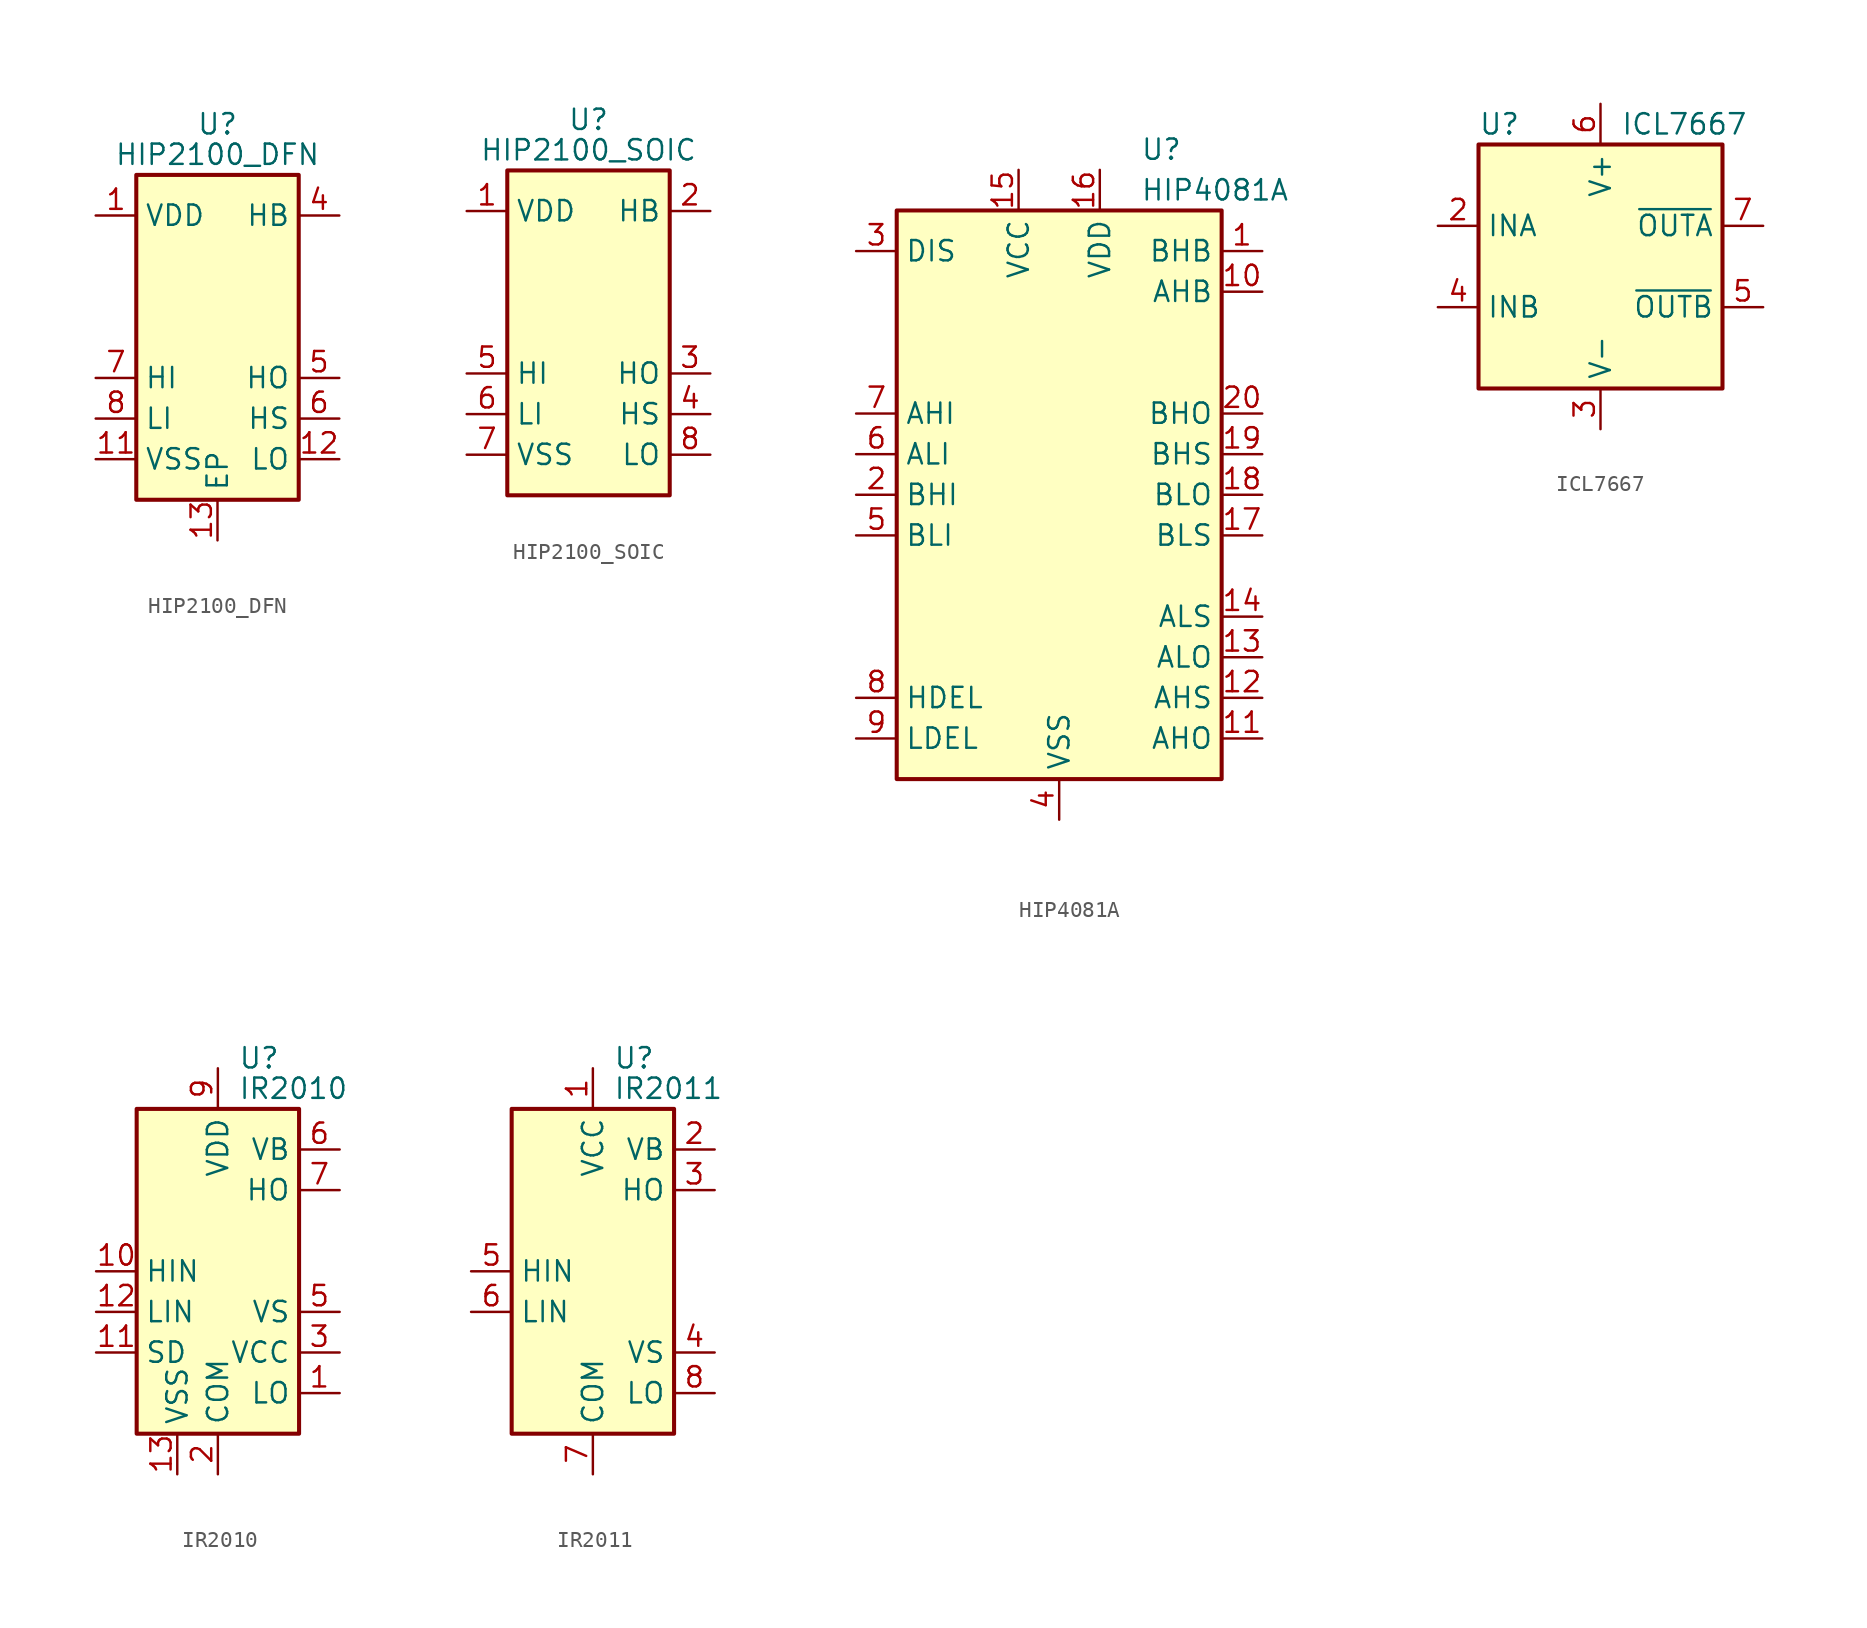
<source format=kicad_sym>
(kicad_symbol_lib
  (version 20201005)
  (generator kicad_symbol_editor)
  (symbol "HIP2100_DFN"
    (property "Reference" "U"
      (at 0 13.335 0)
      (effects (font (size 1.27 1.27))))
    (property "Value" "HIP2100_DFN"
      (at 0 11.43 0)
      (effects (font (size 1.27 1.27))))
    (symbol "HIP2100_DFN_0_1"
      (rectangle (start -5.08 -10.16) (end 5.08 10.16) (stroke (width 0.254)) (fill (type background))))
    (symbol "HIP2100_DFN_1_1"
      (pin power_in line (at -7.62 7.62 0) (length 2.54) (name "VDD" (effects (font (size 1.27 1.27)))) (number "1" (effects (font (size 1.27 1.27)))))
      (pin no_connect line (at 5.08 2.54 180) (length 2.54) hide (name "NC" (effects (font (size 1.27 1.27)))) (number "10" (effects (font (size 1.27 1.27)))))
      (pin power_in line (at -7.62 -7.62 0) (length 2.54) (name "VSS" (effects (font (size 1.27 1.27)))) (number "11" (effects (font (size 1.27 1.27)))))
      (pin output line (at 7.62 -7.62 180) (length 2.54) (name "LO" (effects (font (size 1.27 1.27)))) (number "12" (effects (font (size 1.27 1.27)))))
      (pin output line (at 0 -12.7 90) (length 2.54) (name "EP" (effects (font (size 1.27 1.27)))) (number "13" (effects (font (size 1.27 1.27)))))
      (pin no_connect line (at -5.08 5.08 0) (length 2.54) hide (name "NC" (effects (font (size 1.27 1.27)))) (number "2" (effects (font (size 1.27 1.27)))))
      (pin no_connect line (at -5.08 2.54 0) (length 2.54) hide (name "NC" (effects (font (size 1.27 1.27)))) (number "3" (effects (font (size 1.27 1.27)))))
      (pin power_in line (at 7.62 7.62 180) (length 2.54) (name "HB" (effects (font (size 1.27 1.27)))) (number "4" (effects (font (size 1.27 1.27)))))
      (pin output line (at 7.62 -2.54 180) (length 2.54) (name "HO" (effects (font (size 1.27 1.27)))) (number "5" (effects (font (size 1.27 1.27)))))
      (pin passive line (at 7.62 -5.08 180) (length 2.54) (name "HS" (effects (font (size 1.27 1.27)))) (number "6" (effects (font (size 1.27 1.27)))))
      (pin input line (at -7.62 -2.54 0) (length 2.54) (name "HI" (effects (font (size 1.27 1.27)))) (number "7" (effects (font (size 1.27 1.27)))))
      (pin input line (at -7.62 -5.08 0) (length 2.54) (name "LI" (effects (font (size 1.27 1.27)))) (number "8" (effects (font (size 1.27 1.27)))))
      (pin no_connect line (at 5.08 5.08 180) (length 2.54) hide (name "NC" (effects (font (size 1.27 1.27)))) (number "9" (effects (font (size 1.27 1.27)))))))
  (symbol "HIP2100_SOIC"
    (property "Reference" "U"
      (at 0 13.335 0)
      (effects (font (size 1.27 1.27))))
    (property "Value" "HIP2100_SOIC"
      (at 0 11.43 0)
      (effects (font (size 1.27 1.27))))
    (symbol "HIP2100_SOIC_0_1"
      (rectangle (start -5.08 -10.16) (end 5.08 10.16) (stroke (width 0.254)) (fill (type background))))
    (symbol "HIP2100_SOIC_1_1"
      (pin power_in line (at -7.62 7.62 0) (length 2.54) (name "VDD" (effects (font (size 1.27 1.27)))) (number "1" (effects (font (size 1.27 1.27)))))
      (pin power_in line (at 7.62 7.62 180) (length 2.54) (name "HB" (effects (font (size 1.27 1.27)))) (number "2" (effects (font (size 1.27 1.27)))))
      (pin output line (at 7.62 -2.54 180) (length 2.54) (name "HO" (effects (font (size 1.27 1.27)))) (number "3" (effects (font (size 1.27 1.27)))))
      (pin passive line (at 7.62 -5.08 180) (length 2.54) (name "HS" (effects (font (size 1.27 1.27)))) (number "4" (effects (font (size 1.27 1.27)))))
      (pin input line (at -7.62 -2.54 0) (length 2.54) (name "HI" (effects (font (size 1.27 1.27)))) (number "5" (effects (font (size 1.27 1.27)))))
      (pin input line (at -7.62 -5.08 0) (length 2.54) (name "LI" (effects (font (size 1.27 1.27)))) (number "6" (effects (font (size 1.27 1.27)))))
      (pin power_in line (at -7.62 -7.62 0) (length 2.54) (name "VSS" (effects (font (size 1.27 1.27)))) (number "7" (effects (font (size 1.27 1.27)))))
      (pin output line (at 7.62 -7.62 180) (length 2.54) (name "LO" (effects (font (size 1.27 1.27)))) (number "8" (effects (font (size 1.27 1.27)))))))
  (symbol "HIP4081A"
    (property "Reference" "U"
      (at 5.08 21.59 0)
      (effects (font (size 1.27 1.27)) (justify left)))
    (property "Value" "HIP4081A"
      (at 5.08 19.05 0)
      (effects (font (size 1.27 1.27)) (justify left)))
    (symbol "HIP4081A_0_1"
      (rectangle (start -10.16 -17.78) (end 10.16 17.78) (stroke (width 0.254)) (fill (type background))))
    (symbol "HIP4081A_1_1"
      (pin input line (at 12.7 15.24 180) (length 2.54) (name "BHB" (effects (font (size 1.27 1.27)))) (number "1" (effects (font (size 1.27 1.27)))))
      (pin input line (at 12.7 12.7 180) (length 2.54) (name "AHB" (effects (font (size 1.27 1.27)))) (number "10" (effects (font (size 1.27 1.27)))))
      (pin output line (at 12.7 -15.24 180) (length 2.54) (name "AHO" (effects (font (size 1.27 1.27)))) (number "11" (effects (font (size 1.27 1.27)))))
      (pin passive line (at 12.7 -12.7 180) (length 2.54) (name "AHS" (effects (font (size 1.27 1.27)))) (number "12" (effects (font (size 1.27 1.27)))))
      (pin output line (at 12.7 -10.16 180) (length 2.54) (name "ALO" (effects (font (size 1.27 1.27)))) (number "13" (effects (font (size 1.27 1.27)))))
      (pin passive line (at 12.7 -7.62 180) (length 2.54) (name "ALS" (effects (font (size 1.27 1.27)))) (number "14" (effects (font (size 1.27 1.27)))))
      (pin power_in line (at -2.54 20.32 270) (length 2.54) (name "VCC" (effects (font (size 1.27 1.27)))) (number "15" (effects (font (size 1.27 1.27)))))
      (pin power_in line (at 2.54 20.32 270) (length 2.54) (name "VDD" (effects (font (size 1.27 1.27)))) (number "16" (effects (font (size 1.27 1.27)))))
      (pin passive line (at 12.7 -2.54 180) (length 2.54) (name "BLS" (effects (font (size 1.27 1.27)))) (number "17" (effects (font (size 1.27 1.27)))))
      (pin output line (at 12.7 0 180) (length 2.54) (name "BLO" (effects (font (size 1.27 1.27)))) (number "18" (effects (font (size 1.27 1.27)))))
      (pin passive line (at 12.7 2.54 180) (length 2.54) (name "BHS" (effects (font (size 1.27 1.27)))) (number "19" (effects (font (size 1.27 1.27)))))
      (pin input line (at -12.7 0 0) (length 2.54) (name "BHI" (effects (font (size 1.27 1.27)))) (number "2" (effects (font (size 1.27 1.27)))))
      (pin output line (at 12.7 5.08 180) (length 2.54) (name "BHO" (effects (font (size 1.27 1.27)))) (number "20" (effects (font (size 1.27 1.27)))))
      (pin output line (at -12.7 15.24 0) (length 2.54) (name "DIS" (effects (font (size 1.27 1.27)))) (number "3" (effects (font (size 1.27 1.27)))))
      (pin power_in line (at 0 -20.32 90) (length 2.54) (name "VSS" (effects (font (size 1.27 1.27)))) (number "4" (effects (font (size 1.27 1.27)))))
      (pin input line (at -12.7 -2.54 0) (length 2.54) (name "BLI" (effects (font (size 1.27 1.27)))) (number "5" (effects (font (size 1.27 1.27)))))
      (pin input line (at -12.7 2.54 0) (length 2.54) (name "ALI" (effects (font (size 1.27 1.27)))) (number "6" (effects (font (size 1.27 1.27)))))
      (pin input line (at -12.7 5.08 0) (length 2.54) (name "AHI" (effects (font (size 1.27 1.27)))) (number "7" (effects (font (size 1.27 1.27)))))
      (pin passive line (at -12.7 -12.7 0) (length 2.54) (name "HDEL" (effects (font (size 1.27 1.27)))) (number "8" (effects (font (size 1.27 1.27)))))
      (pin passive line (at -12.7 -15.24 0) (length 2.54) (name "LDEL" (effects (font (size 1.27 1.27)))) (number "9" (effects (font (size 1.27 1.27)))))))
  (symbol "ICL7667"
    (property "Reference" "U"
      (at -7.62 8.89 0)
      (effects (font (size 1.27 1.27)) (justify left)))
    (property "Value" "ICL7667"
      (at 1.27 8.89 0)
      (effects (font (size 1.27 1.27)) (justify left)))
    (symbol "ICL7667_0_1"
      (rectangle (start -7.62 -7.62) (end 7.62 7.62) (stroke (width 0.254)) (fill (type background))))
    (symbol "ICL7667_1_1"
      (pin no_connect line (at -7.62 0 0) (length 2.54) hide (name "NC" (effects (font (size 1.27 1.27)))) (number "1" (effects (font (size 1.27 1.27)))))
      (pin input line (at -10.16 2.54 0) (length 2.54) (name "INA" (effects (font (size 1.27 1.27)))) (number "2" (effects (font (size 1.27 1.27)))))
      (pin power_in line (at 0 -10.16 90) (length 2.54) (name "V-" (effects (font (size 1.27 1.27)))) (number "3" (effects (font (size 1.27 1.27)))))
      (pin input line (at -10.16 -2.54 0) (length 2.54) (name "INB" (effects (font (size 1.27 1.27)))) (number "4" (effects (font (size 1.27 1.27)))))
      (pin output line (at 10.16 -2.54 180) (length 2.54) (name "~OUTB" (effects (font (size 1.27 1.27)))) (number "5" (effects (font (size 1.27 1.27)))))
      (pin power_in line (at 0 10.16 270) (length 2.54) (name "V+" (effects (font (size 1.27 1.27)))) (number "6" (effects (font (size 1.27 1.27)))))
      (pin output line (at 10.16 2.54 180) (length 2.54) (name "~OUTA" (effects (font (size 1.27 1.27)))) (number "7" (effects (font (size 1.27 1.27)))))
      (pin no_connect line (at 7.62 0 180) (length 2.54) hide (name "NC" (effects (font (size 1.27 1.27)))) (number "8" (effects (font (size 1.27 1.27)))))))
  (symbol "IR2010"
    (property "Reference" "U"
      (at 1.27 13.335 0)
      (effects (font (size 1.27 1.27)) (justify left)))
    (property "Value" "IR2010"
      (at 1.27 11.43 0)
      (effects (font (size 1.27 1.27)) (justify left)))
    (symbol "IR2010_0_1"
      (rectangle (start -5.08 -10.16) (end 5.08 10.16) (stroke (width 0.254)) (fill (type background))))
    (symbol "IR2010_1_1"
      (pin output line (at 7.62 -7.62 180) (length 2.54) (name "LO" (effects (font (size 1.27 1.27)))) (number "1" (effects (font (size 1.27 1.27)))))
      (pin input line (at -7.62 0 0) (length 2.54) (name "HIN" (effects (font (size 1.27 1.27)))) (number "10" (effects (font (size 1.27 1.27)))))
      (pin input line (at -7.62 -5.08 0) (length 2.54) (name "SD" (effects (font (size 1.27 1.27)))) (number "11" (effects (font (size 1.27 1.27)))))
      (pin input line (at -7.62 -2.54 0) (length 2.54) (name "LIN" (effects (font (size 1.27 1.27)))) (number "12" (effects (font (size 1.27 1.27)))))
      (pin power_in line (at -2.54 -12.7 90) (length 2.54) (name "VSS" (effects (font (size 1.27 1.27)))) (number "13" (effects (font (size 1.27 1.27)))))
      (pin no_connect line (at -5.08 2.54 0) (length 2.54) hide (name "NC" (effects (font (size 1.27 1.27)))) (number "14" (effects (font (size 1.27 1.27)))))
      (pin power_in line (at 0 -12.7 90) (length 2.54) (name "COM" (effects (font (size 1.27 1.27)))) (number "2" (effects (font (size 1.27 1.27)))))
      (pin power_in line (at 7.62 -5.08 180) (length 2.54) (name "VCC" (effects (font (size 1.27 1.27)))) (number "3" (effects (font (size 1.27 1.27)))))
      (pin no_connect line (at -5.08 7.62 0) (length 2.54) hide (name "NC" (effects (font (size 1.27 1.27)))) (number "4" (effects (font (size 1.27 1.27)))))
      (pin passive line (at 7.62 -2.54 180) (length 2.54) (name "VS" (effects (font (size 1.27 1.27)))) (number "5" (effects (font (size 1.27 1.27)))))
      (pin passive line (at 7.62 7.62 180) (length 2.54) (name "VB" (effects (font (size 1.27 1.27)))) (number "6" (effects (font (size 1.27 1.27)))))
      (pin output line (at 7.62 5.08 180) (length 2.54) (name "HO" (effects (font (size 1.27 1.27)))) (number "7" (effects (font (size 1.27 1.27)))))
      (pin no_connect line (at -5.08 5.08 0) (length 2.54) hide (name "NC" (effects (font (size 1.27 1.27)))) (number "8" (effects (font (size 1.27 1.27)))))
      (pin power_in line (at 0 12.7 270) (length 2.54) (name "VDD" (effects (font (size 1.27 1.27)))) (number "9" (effects (font (size 1.27 1.27)))))))
  (symbol "IR2011"
    (property "Reference" "U"
      (at 1.27 13.335 0)
      (effects (font (size 1.27 1.27)) (justify left)))
    (property "Value" "IR2011"
      (at 1.27 11.43 0)
      (effects (font (size 1.27 1.27)) (justify left)))
    (symbol "IR2011_0_1"
      (rectangle (start -5.08 -10.16) (end 5.08 10.16) (stroke (width 0.254)) (fill (type background))))
    (symbol "IR2011_1_1"
      (pin power_in line (at 0 12.7 270) (length 2.54) (name "VCC" (effects (font (size 1.27 1.27)))) (number "1" (effects (font (size 1.27 1.27)))))
      (pin passive line (at 7.62 7.62 180) (length 2.54) (name "VB" (effects (font (size 1.27 1.27)))) (number "2" (effects (font (size 1.27 1.27)))))
      (pin output line (at 7.62 5.08 180) (length 2.54) (name "HO" (effects (font (size 1.27 1.27)))) (number "3" (effects (font (size 1.27 1.27)))))
      (pin passive line (at 7.62 -5.08 180) (length 2.54) (name "VS" (effects (font (size 1.27 1.27)))) (number "4" (effects (font (size 1.27 1.27)))))
      (pin input line (at -7.62 0 0) (length 2.54) (name "HIN" (effects (font (size 1.27 1.27)))) (number "5" (effects (font (size 1.27 1.27)))))
      (pin input line (at -7.62 -2.54 0) (length 2.54) (name "LIN" (effects (font (size 1.27 1.27)))) (number "6" (effects (font (size 1.27 1.27)))))
      (pin power_in line (at 0 -12.7 90) (length 2.54) (name "COM" (effects (font (size 1.27 1.27)))) (number "7" (effects (font (size 1.27 1.27)))))
      (pin output line (at 7.62 -7.62 180) (length 2.54) (name "LO" (effects (font (size 1.27 1.27)))) (number "8" (effects (font (size 1.27 1.27))))))))
</source>
